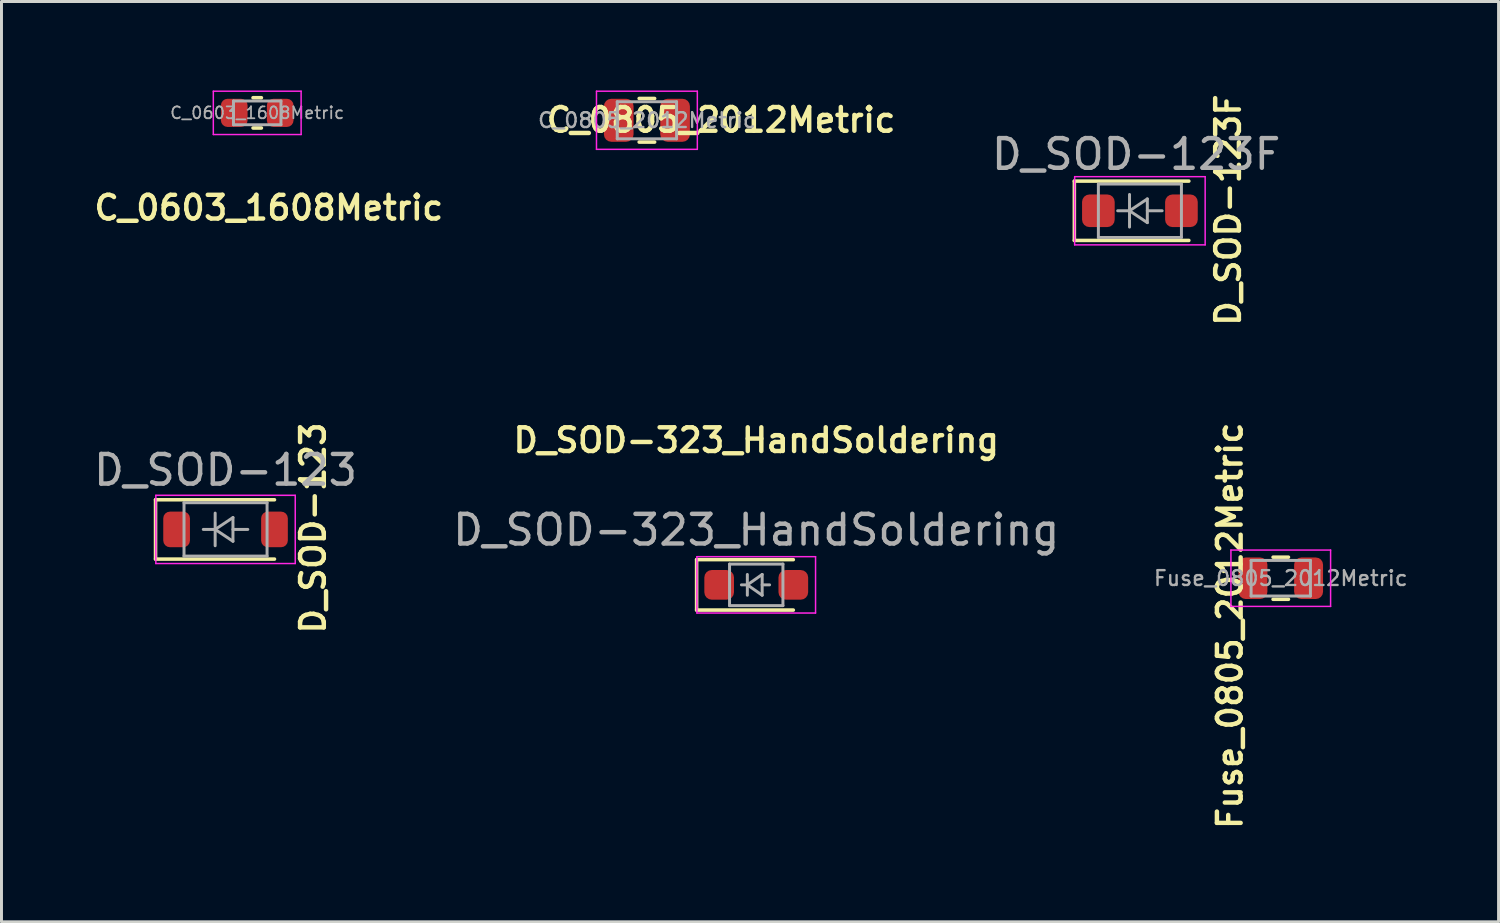
<source format=kicad_pcb>
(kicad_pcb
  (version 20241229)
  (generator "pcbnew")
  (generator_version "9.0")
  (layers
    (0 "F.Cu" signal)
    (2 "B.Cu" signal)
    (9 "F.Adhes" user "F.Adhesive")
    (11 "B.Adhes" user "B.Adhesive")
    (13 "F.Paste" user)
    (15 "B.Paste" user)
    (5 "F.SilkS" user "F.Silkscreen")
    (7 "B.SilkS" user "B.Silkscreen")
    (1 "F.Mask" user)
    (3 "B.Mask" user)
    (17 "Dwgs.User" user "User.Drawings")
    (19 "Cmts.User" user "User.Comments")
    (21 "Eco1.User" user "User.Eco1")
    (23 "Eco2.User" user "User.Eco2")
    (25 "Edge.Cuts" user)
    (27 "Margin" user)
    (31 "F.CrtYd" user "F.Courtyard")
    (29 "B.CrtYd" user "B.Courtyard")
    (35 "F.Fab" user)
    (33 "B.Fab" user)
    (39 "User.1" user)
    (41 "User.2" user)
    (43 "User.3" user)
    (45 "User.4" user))
  (footprint "Fuse_0805_2012Metric"
    (layer "F.Cu")
    (at 40.13 16.445)
    (property "Reference" "Fuse_0805_2012Metric" (at -1.715 1.6 270) (layer "F.SilkS") (effects (font (size 0.8 0.8) (thickness 0.15))))
    (attr smd)
    (fp_line (start -0.259 -0.71) (end 0.259 -0.71) (stroke (width 0.12) (type solid)) (layer "F.SilkS"))
    (fp_line (start -0.259 0.71) (end 0.259 0.71) (stroke (width 0.12) (type solid)) (layer "F.SilkS"))
    (fp_line (start -1.68 -0.95) (end 1.68 -0.95) (stroke (width 0.05) (type solid)) (layer "F.CrtYd"))
    (fp_line (start -1.68 0.95) (end -1.68 -0.95) (stroke (width 0.05) (type solid)) (layer "F.CrtYd"))
    (fp_line (start 1.68 -0.95) (end 1.68 0.95) (stroke (width 0.05) (type solid)) (layer "F.CrtYd"))
    (fp_line (start 1.68 0.95) (end -1.68 0.95) (stroke (width 0.05) (type solid)) (layer "F.CrtYd"))
    (fp_line (start -1 -0.6) (end 1 -0.6) (stroke (width 0.1) (type solid)) (layer "F.Fab"))
    (fp_line (start -1 0.6) (end -1 -0.6) (stroke (width 0.1) (type solid)) (layer "F.Fab"))
    (fp_line (start 1 -0.6) (end 1 0.6) (stroke (width 0.1) (type solid)) (layer "F.Fab"))
    (fp_line (start 1 0.6) (end -1 0.6) (stroke (width 0.1) (type solid)) (layer "F.Fab"))
    (fp_text user "${REFERENCE}" (at 0 0 180) (layer "F.Fab") (effects (font (size 0.5 0.5) (thickness 0.08))))
    (pad "1" smd roundrect (at -0.938 0) (size 0.975 1.4) (layers "F.Cu" "F.Mask" "F.Paste") (roundrect_rratio 0.25))
    (pad "2" smd roundrect (at 0.938 0) (size 0.975 1.4) (layers "F.Cu" "F.Mask" "F.Paste") (roundrect_rratio 0.25)))
  (footprint "D_SOD-123F"
    (layer "F.Cu")
    (at 35.381 4.056)
    (property "Reference" "D_SOD-123F" (at 2.975 -0.025 90) (layer "F.SilkS") (effects (font (size 0.8 0.8) (thickness 0.15) (bold yes))))
    (attr smd)
    (fp_line (start -2.21 -1) (end -2.21 1) (stroke (width 0.12) (type solid)) (layer "F.SilkS"))
    (fp_line (start -2.21 -1) (end 1.65 -1) (stroke (width 0.12) (type solid)) (layer "F.SilkS"))
    (fp_line (start -2.21 1) (end 1.65 1) (stroke (width 0.12) (type solid)) (layer "F.SilkS"))
    (fp_line (start -2.2 -1.15) (end -2.2 1.15) (stroke (width 0.05) (type solid)) (layer "F.CrtYd"))
    (fp_line (start -2.2 -1.15) (end 2.2 -1.15) (stroke (width 0.05) (type solid)) (layer "F.CrtYd"))
    (fp_line (start 2.2 -1.15) (end 2.2 1.15) (stroke (width 0.05) (type solid)) (layer "F.CrtYd"))
    (fp_line (start 2.2 1.15) (end -2.2 1.15) (stroke (width 0.05) (type solid)) (layer "F.CrtYd"))
    (fp_line (start -1.4 -0.9) (end 1.4 -0.9) (stroke (width 0.1) (type solid)) (layer "F.Fab"))
    (fp_line (start -1.4 0.9) (end -1.4 -0.9) (stroke (width 0.1) (type solid)) (layer "F.Fab"))
    (fp_line (start -0.75 0) (end -0.35 0) (stroke (width 0.1) (type solid)) (layer "F.Fab"))
    (fp_line (start -0.35 0) (end -0.35 -0.55) (stroke (width 0.1) (type solid)) (layer "F.Fab"))
    (fp_line (start -0.35 0) (end -0.35 0.55) (stroke (width 0.1) (type solid)) (layer "F.Fab"))
    (fp_line (start -0.35 0) (end 0.25 -0.4) (stroke (width 0.1) (type solid)) (layer "F.Fab"))
    (fp_line (start 0.25 -0.4) (end 0.25 0.4) (stroke (width 0.1) (type solid)) (layer "F.Fab"))
    (fp_line (start 0.25 0) (end 0.75 0) (stroke (width 0.1) (type solid)) (layer "F.Fab"))
    (fp_line (start 0.25 0.4) (end -0.35 0) (stroke (width 0.1) (type solid)) (layer "F.Fab"))
    (fp_line (start 1.4 -0.9) (end 1.4 0.9) (stroke (width 0.1) (type solid)) (layer "F.Fab"))
    (fp_line (start 1.4 0.9) (end -1.4 0.9) (stroke (width 0.1) (type solid)) (layer "F.Fab"))
    (fp_text user "${REFERENCE}" (at -0.127 -1.905 180) (layer "F.Fab") (effects (font (size 1 1) (thickness 0.15))))
    (pad "1" smd roundrect (at -1.4 0) (size 1.1 1.1) (layers "F.Cu" "F.Mask" "F.Paste") (roundrect_rratio 0.227))
    (pad "2" smd roundrect (at 1.4 0) (size 1.1 1.1) (layers "F.Cu" "F.Mask" "F.Paste") (roundrect_rratio 0.227)))
  (footprint "C_0805_2012Metric"
    (layer "F.Cu")
    (at 18.76 1.005)
    (property "Reference" "C_0805_2012Metric" (at 2.5 -0.01 180) (layer "F.SilkS") (effects (font (size 0.8 0.8) (thickness 0.15))))
    (attr smd)
    (fp_line (start -0.261 -0.735) (end 0.261 -0.735) (stroke (width 0.12) (type solid)) (layer "F.SilkS"))
    (fp_line (start -0.261 0.735) (end 0.261 0.735) (stroke (width 0.12) (type solid)) (layer "F.SilkS"))
    (fp_line (start -1.7 -0.98) (end 1.7 -0.98) (stroke (width 0.05) (type solid)) (layer "F.CrtYd"))
    (fp_line (start -1.7 0.98) (end -1.7 -0.98) (stroke (width 0.05) (type solid)) (layer "F.CrtYd"))
    (fp_line (start 1.7 -0.98) (end 1.7 0.98) (stroke (width 0.05) (type solid)) (layer "F.CrtYd"))
    (fp_line (start 1.7 0.98) (end -1.7 0.98) (stroke (width 0.05) (type solid)) (layer "F.CrtYd"))
    (fp_line (start -1 -0.625) (end 1 -0.625) (stroke (width 0.1) (type solid)) (layer "F.Fab"))
    (fp_line (start -1 0.625) (end -1 -0.625) (stroke (width 0.1) (type solid)) (layer "F.Fab"))
    (fp_line (start 1 -0.625) (end 1 0.625) (stroke (width 0.1) (type solid)) (layer "F.Fab"))
    (fp_line (start 1 0.625) (end -1 0.625) (stroke (width 0.1) (type solid)) (layer "F.Fab"))
    (fp_text user "${REFERENCE}" (at 0 0 180) (layer "F.Fab") (effects (font (size 0.5 0.5) (thickness 0.08))))
    (pad "1" smd roundrect (at -0.95 0) (size 1 1.45) (layers "F.Cu" "F.Mask" "F.Paste") (roundrect_rratio 0.25))
    (pad "2" smd roundrect (at 0.95 0) (size 1 1.45) (layers "F.Cu" "F.Mask" "F.Paste") (roundrect_rratio 0.25)))
  (footprint "D_SOD-123"
    (layer "F.Cu")
    (at 4.554 14.799)
    (property "Reference" "D_SOD-123" (at 2.95 -0.05 90) (layer "F.SilkS") (effects (font (size 0.8 0.8) (thickness 0.15))))
    (attr smd)
    (fp_line (start -2.36 -1) (end -2.36 1) (stroke (width 0.12) (type solid)) (layer "F.SilkS"))
    (fp_line (start -2.36 -1) (end 1.65 -1) (stroke (width 0.12) (type solid)) (layer "F.SilkS"))
    (fp_line (start -2.36 1) (end 1.65 1) (stroke (width 0.12) (type solid)) (layer "F.SilkS"))
    (fp_line (start -2.35 -1.15) (end -2.35 1.15) (stroke (width 0.05) (type solid)) (layer "F.CrtYd"))
    (fp_line (start -2.35 -1.15) (end 2.35 -1.15) (stroke (width 0.05) (type solid)) (layer "F.CrtYd"))
    (fp_line (start 2.35 -1.15) (end 2.35 1.15) (stroke (width 0.05) (type solid)) (layer "F.CrtYd"))
    (fp_line (start 2.35 1.15) (end -2.35 1.15) (stroke (width 0.05) (type solid)) (layer "F.CrtYd"))
    (fp_line (start -1.4 -0.9) (end 1.4 -0.9) (stroke (width 0.1) (type solid)) (layer "F.Fab"))
    (fp_line (start -1.4 0.9) (end -1.4 -0.9) (stroke (width 0.1) (type solid)) (layer "F.Fab"))
    (fp_line (start -0.75 0) (end -0.35 0) (stroke (width 0.1) (type solid)) (layer "F.Fab"))
    (fp_line (start -0.35 0) (end -0.35 -0.55) (stroke (width 0.1) (type solid)) (layer "F.Fab"))
    (fp_line (start -0.35 0) (end -0.35 0.55) (stroke (width 0.1) (type solid)) (layer "F.Fab"))
    (fp_line (start -0.35 0) (end 0.25 -0.4) (stroke (width 0.1) (type solid)) (layer "F.Fab"))
    (fp_line (start 0.25 -0.4) (end 0.25 0.4) (stroke (width 0.1) (type solid)) (layer "F.Fab"))
    (fp_line (start 0.25 0) (end 0.75 0) (stroke (width 0.1) (type solid)) (layer "F.Fab"))
    (fp_line (start 0.25 0.4) (end -0.35 0) (stroke (width 0.1) (type solid)) (layer "F.Fab"))
    (fp_line (start 1.4 -0.9) (end 1.4 0.9) (stroke (width 0.1) (type solid)) (layer "F.Fab"))
    (fp_line (start 1.4 0.9) (end -1.4 0.9) (stroke (width 0.1) (type solid)) (layer "F.Fab"))
    (fp_text user "${REFERENCE}" (at 0 -2 180) (layer "F.Fab") (effects (font (size 1 1) (thickness 0.15))))
    (pad "1" smd roundrect (at -1.65 0) (size 0.9 1.2) (layers "F.Cu" "F.Mask" "F.Paste") (roundrect_rratio 0.25))
    (pad "2" smd roundrect (at 1.65 0) (size 0.9 1.2) (layers "F.Cu" "F.Mask" "F.Paste") (roundrect_rratio 0.25)))
  (footprint "C_0603_1608Metric"
    (layer "F.Cu")
    (at 5.622 0.755)
    (property "Reference" "C_0603_1608Metric" (at 0.39 3.2 180) (layer "F.SilkS") (effects (font (size 0.8 0.8) (thickness 0.15))))
    (attr smd)
    (fp_line (start -0.141 -0.51) (end 0.141 -0.51) (stroke (width 0.12) (type solid)) (layer "F.SilkS"))
    (fp_line (start -0.141 0.51) (end 0.141 0.51) (stroke (width 0.12) (type solid)) (layer "F.SilkS"))
    (fp_line (start -1.48 -0.73) (end 1.48 -0.73) (stroke (width 0.05) (type solid)) (layer "F.CrtYd"))
    (fp_line (start -1.48 0.73) (end -1.48 -0.73) (stroke (width 0.05) (type solid)) (layer "F.CrtYd"))
    (fp_line (start 1.48 -0.73) (end 1.48 0.73) (stroke (width 0.05) (type solid)) (layer "F.CrtYd"))
    (fp_line (start 1.48 0.73) (end -1.48 0.73) (stroke (width 0.05) (type solid)) (layer "F.CrtYd"))
    (fp_line (start -0.8 -0.4) (end 0.8 -0.4) (stroke (width 0.1) (type solid)) (layer "F.Fab"))
    (fp_line (start -0.8 0.4) (end -0.8 -0.4) (stroke (width 0.1) (type solid)) (layer "F.Fab"))
    (fp_line (start 0.8 -0.4) (end 0.8 0.4) (stroke (width 0.1) (type solid)) (layer "F.Fab"))
    (fp_line (start 0.8 0.4) (end -0.8 0.4) (stroke (width 0.1) (type solid)) (layer "F.Fab"))
    (fp_text user "${REFERENCE}" (at 0 0 180) (layer "F.Fab") (effects (font (size 0.4 0.4) (thickness 0.06))))
    (pad "1" smd roundrect (at -0.775 0) (size 0.9 0.95) (layers "F.Cu" "F.Mask" "F.Paste") (roundrect_rratio 0.25))
    (pad "2" smd roundrect (at 0.775 0) (size 0.9 0.95) (layers "F.Cu" "F.Mask" "F.Paste") (roundrect_rratio 0.25)))
  (footprint "D_SOD-323_HandSoldering"
    (layer "F.Cu")
    (at 22.446 16.668)
    (property "Reference" "D_SOD-323_HandSoldering" (at 0 -4.875 0) (layer "F.SilkS") (effects (font (size 0.8 0.8) (thickness 0.15))))
    (attr smd)
    (fp_line (start -2.01 -0.85) (end -2.01 0.85) (stroke (width 0.12) (type solid)) (layer "F.SilkS"))
    (fp_line (start -2.01 -0.85) (end 1.25 -0.85) (stroke (width 0.12) (type solid)) (layer "F.SilkS"))
    (fp_line (start -2.01 0.85) (end 1.25 0.85) (stroke (width 0.12) (type solid)) (layer "F.SilkS"))
    (fp_line (start -2 -0.95) (end -2 0.95) (stroke (width 0.05) (type solid)) (layer "F.CrtYd"))
    (fp_line (start -2 -0.95) (end 2 -0.95) (stroke (width 0.05) (type solid)) (layer "F.CrtYd"))
    (fp_line (start -2 0.95) (end 2 0.95) (stroke (width 0.05) (type solid)) (layer "F.CrtYd"))
    (fp_line (start 2 -0.95) (end 2 0.95) (stroke (width 0.05) (type solid)) (layer "F.CrtYd"))
    (fp_line (start -0.9 -0.7) (end 0.9 -0.7) (stroke (width 0.1) (type solid)) (layer "F.Fab"))
    (fp_line (start -0.9 0.7) (end -0.9 -0.7) (stroke (width 0.1) (type solid)) (layer "F.Fab"))
    (fp_line (start -0.3 -0.35) (end -0.3 0.35) (stroke (width 0.1) (type solid)) (layer "F.Fab"))
    (fp_line (start -0.3 0) (end -0.5 0) (stroke (width 0.1) (type solid)) (layer "F.Fab"))
    (fp_line (start -0.3 0) (end 0.2 -0.35) (stroke (width 0.1) (type solid)) (layer "F.Fab"))
    (fp_line (start 0.2 -0.35) (end 0.2 0.35) (stroke (width 0.1) (type solid)) (layer "F.Fab"))
    (fp_line (start 0.2 0) (end 0.45 0) (stroke (width 0.1) (type solid)) (layer "F.Fab"))
    (fp_line (start 0.2 0.35) (end -0.3 0) (stroke (width 0.1) (type solid)) (layer "F.Fab"))
    (fp_line (start 0.9 -0.7) (end 0.9 0.7) (stroke (width 0.1) (type solid)) (layer "F.Fab"))
    (fp_line (start 0.9 0.7) (end -0.9 0.7) (stroke (width 0.1) (type solid)) (layer "F.Fab"))
    (fp_text user "${REFERENCE}" (at 0 -1.85 0) (layer "F.Fab") (effects (font (size 1 1) (thickness 0.15))))
    (pad "1" smd roundrect (at -1.25 0) (size 1 1) (layers "F.Cu" "F.Mask" "F.Paste") (roundrect_rratio 0.25))
    (pad "2" smd roundrect (at 1.25 0) (size 1 1) (layers "F.Cu" "F.Mask" "F.Paste") (roundrect_rratio 0.25)))
  (gr_rect
    (start -3 -3)
    (end 47.473 28.028)
    (stroke (width 0.1) (type default))
    (fill no)
    (layer "Edge.Cuts")))
</source>
